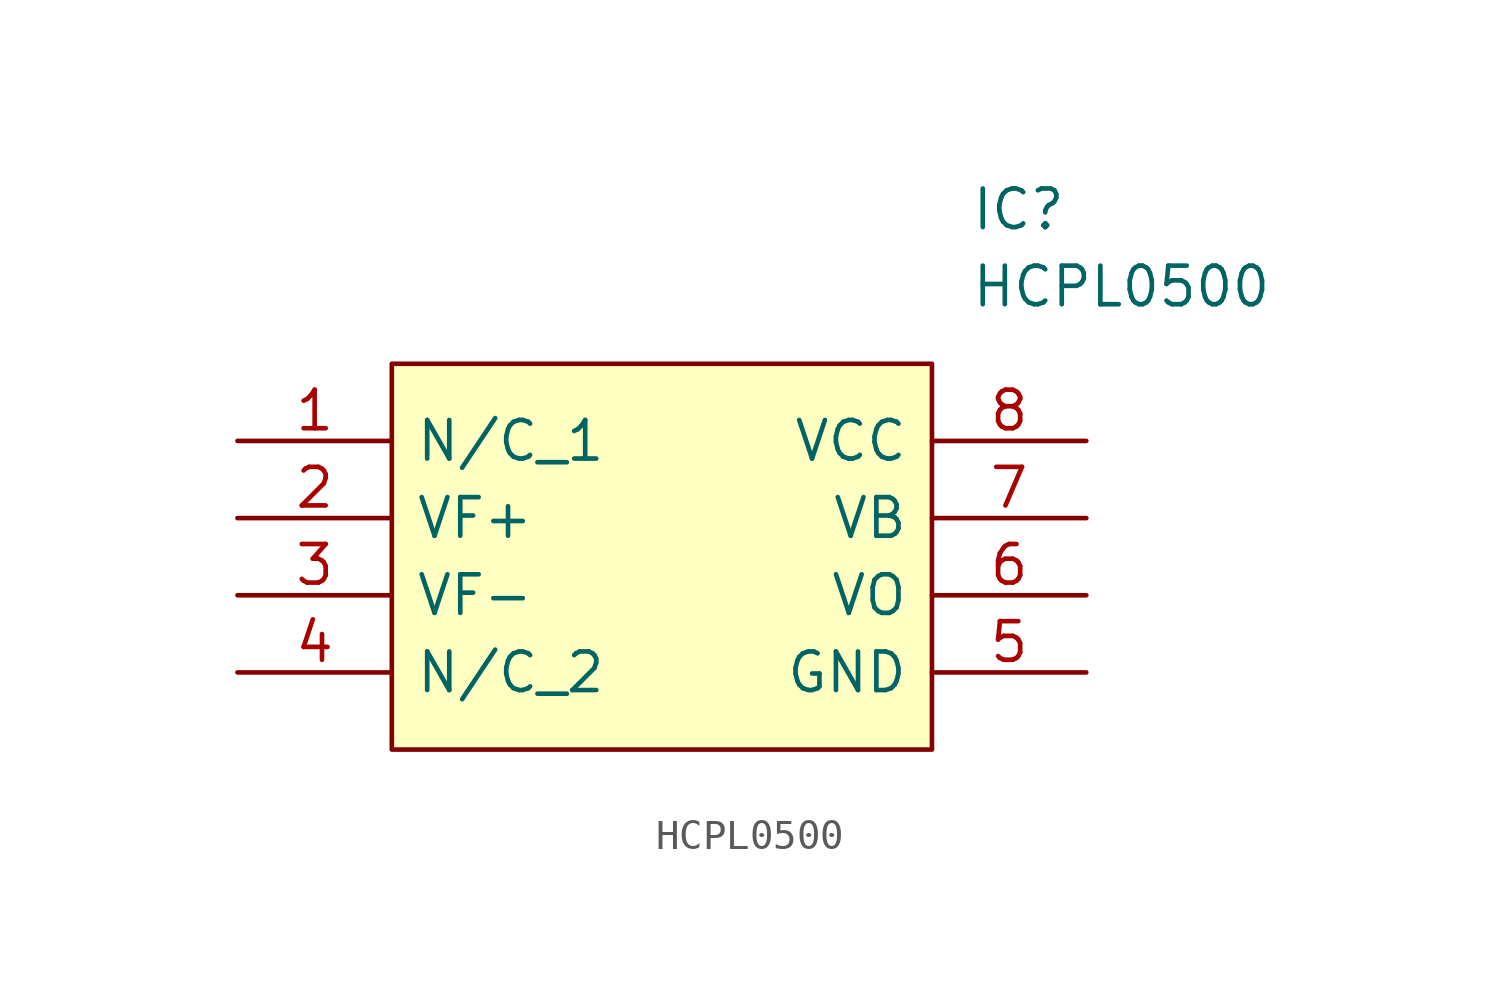
<source format=kicad_sym>
(kicad_symbol_lib
  (version 20220914)
  (generator kicad_symbol_editor)
  (symbol "HCPL0500"
    (pin_names
      (offset 0.762))
    (property "Reference" "IC"
      (at 24.13 7.62 0)
      (effects (font (size 1.27 1.27)) (justify left)))
    (property "Value" "HCPL0500"
      (at 24.13 5.08 0)
      (effects (font (size 1.27 1.27)) (justify left)))
    (symbol "HCPL0500_0_0"
      (pin passive line (at 0 0 0) (length 5.08) (name "N/C_1" (effects (font (size 1.27 1.27)))) (number "1" (effects (font (size 1.27 1.27)))))
      (pin passive line (at 0 -2.54 0) (length 5.08) (name "VF+" (effects (font (size 1.27 1.27)))) (number "2" (effects (font (size 1.27 1.27)))))
      (pin passive line (at 0 -5.08 0) (length 5.08) (name "VF-" (effects (font (size 1.27 1.27)))) (number "3" (effects (font (size 1.27 1.27)))))
      (pin passive line (at 0 -7.62 0) (length 5.08) (name "N/C_2" (effects (font (size 1.27 1.27)))) (number "4" (effects (font (size 1.27 1.27)))))
      (pin passive line (at 27.94 -7.62 180) (length 5.08) (name "GND" (effects (font (size 1.27 1.27)))) (number "5" (effects (font (size 1.27 1.27)))))
      (pin passive line (at 27.94 -5.08 180) (length 5.08) (name "VO" (effects (font (size 1.27 1.27)))) (number "6" (effects (font (size 1.27 1.27)))))
      (pin passive line (at 27.94 -2.54 180) (length 5.08) (name "VB" (effects (font (size 1.27 1.27)))) (number "7" (effects (font (size 1.27 1.27)))))
      (pin passive line (at 27.94 0 180) (length 5.08) (name "VCC" (effects (font (size 1.27 1.27)))) (number "8" (effects (font (size 1.27 1.27))))))
    (symbol "HCPL0500_0_1"
      (polyline (pts (xy 5.08 2.54) (xy 22.86 2.54) (xy 22.86 -10.16) (xy 5.08 -10.16) (xy 5.08 2.54)) (stroke (width 0.152) (type default)) (fill (type background))))))
</source>
